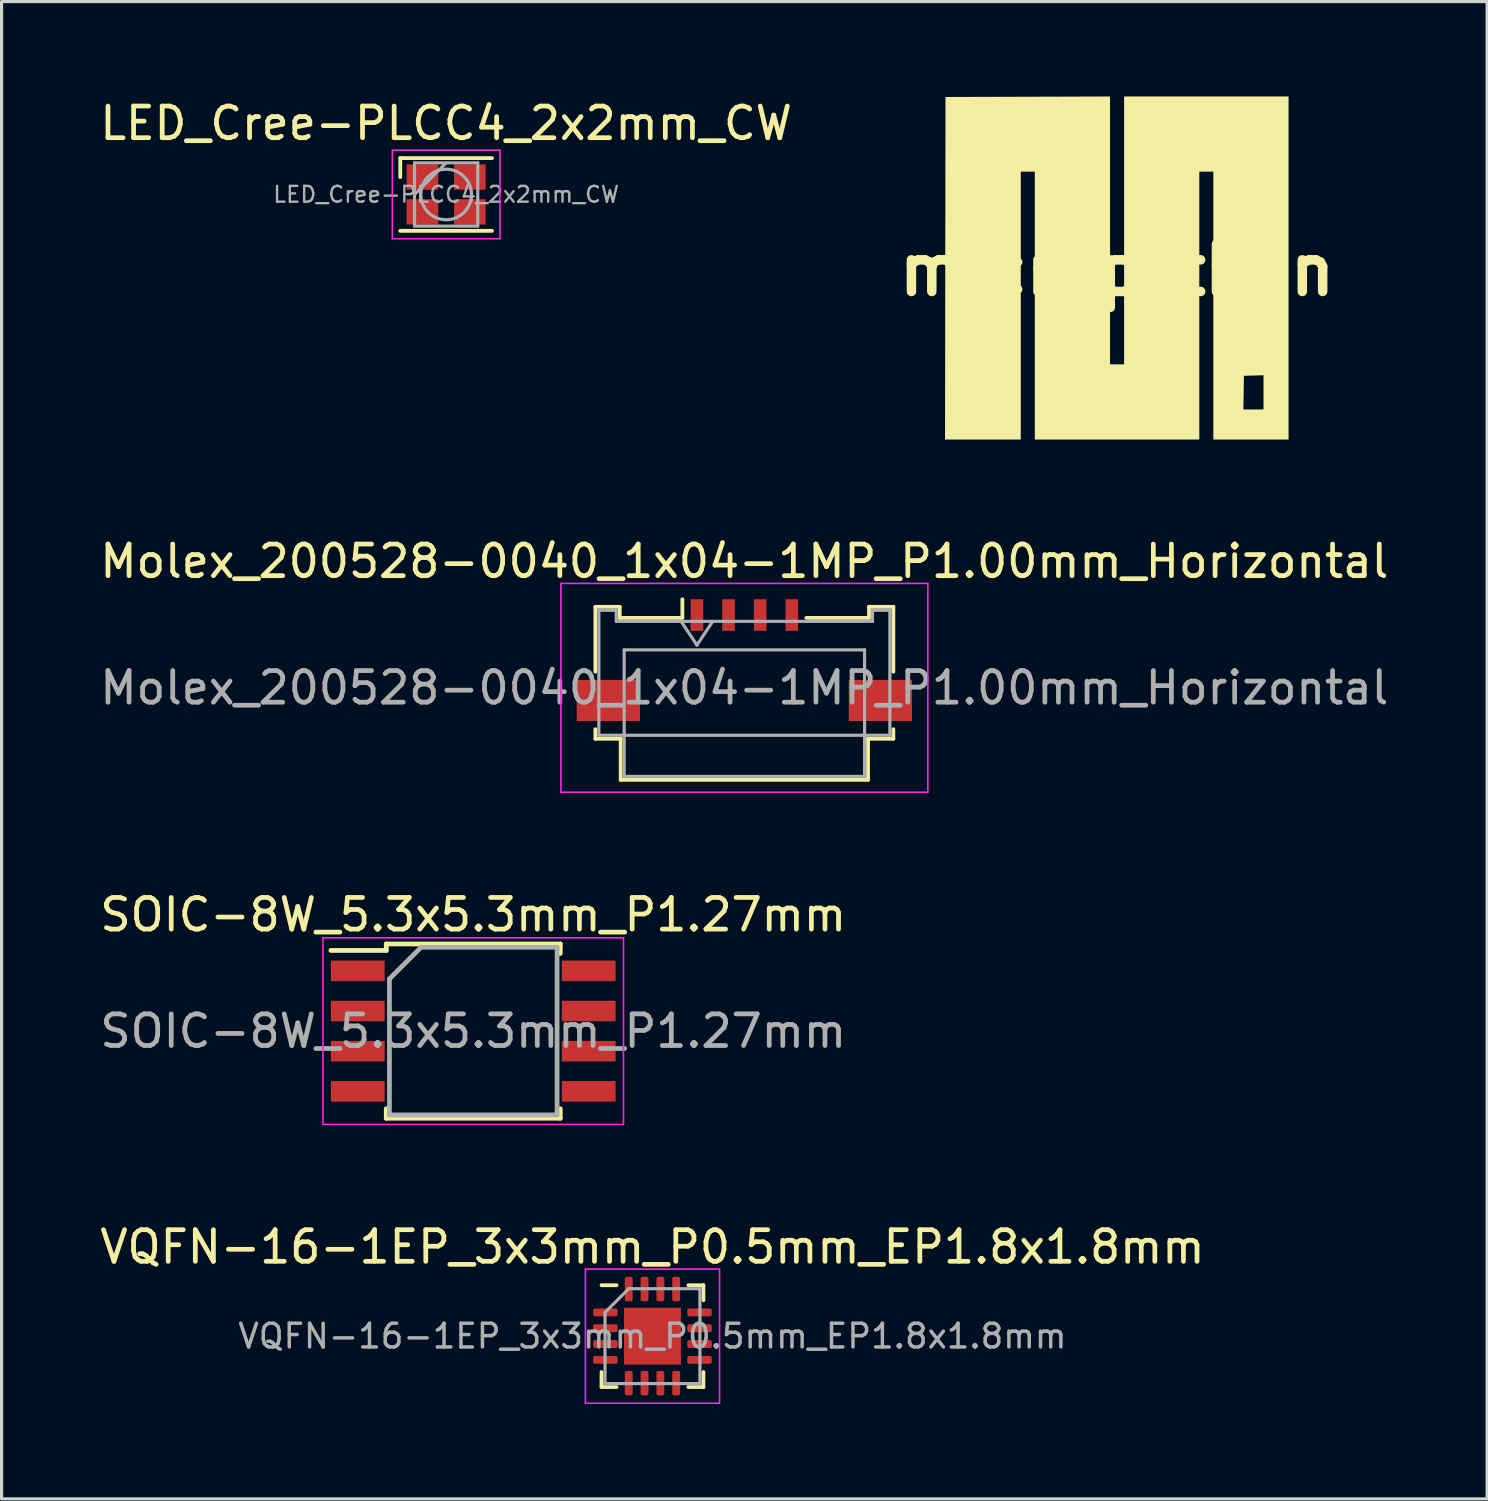
<source format=kicad_pcb>
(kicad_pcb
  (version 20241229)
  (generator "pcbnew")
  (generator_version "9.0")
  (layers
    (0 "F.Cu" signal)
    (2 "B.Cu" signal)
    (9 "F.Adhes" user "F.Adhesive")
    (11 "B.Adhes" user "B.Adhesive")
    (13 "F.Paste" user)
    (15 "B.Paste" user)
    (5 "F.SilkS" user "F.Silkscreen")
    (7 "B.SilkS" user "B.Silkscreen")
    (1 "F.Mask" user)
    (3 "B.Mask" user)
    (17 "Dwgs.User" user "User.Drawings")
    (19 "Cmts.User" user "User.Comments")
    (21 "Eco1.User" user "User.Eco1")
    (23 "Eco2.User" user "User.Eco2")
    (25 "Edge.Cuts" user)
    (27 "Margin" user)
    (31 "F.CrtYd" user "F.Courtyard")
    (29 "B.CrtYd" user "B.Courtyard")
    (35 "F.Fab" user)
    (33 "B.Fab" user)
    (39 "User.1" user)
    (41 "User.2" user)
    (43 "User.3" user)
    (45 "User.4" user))
  (footprint "micropython"
    (layer "F.Cu")
    (at 32.264 5.486)
    (property "Reference" "micropython" (at 0 0 0) (layer "F.SilkS") (effects (font (size 1.5 1.5) (thickness 0.3))))
    (attr board_only exclude_from_pos_files exclude_from_bom)
    (fp_poly (pts (xy -0.222 -1.253) (xy -0.222 2.981) (xy 0 2.981) (xy 0.222 2.981) (xy 0.222 -1.253) (xy 0.222 -5.486) (xy 2.822 -5.486) (xy 5.422 -5.486) (xy 5.422 -0.063) (xy 5.422 5.359) (xy 4.233 5.359) (xy 3.044 5.359) (xy 3.044 4.408) (xy 3.994 4.408) (xy 4.312 4.408) (xy 4.63 4.408) (xy 4.63 3.868) (xy 4.63 3.327) (xy 4.321 3.336) (xy 4.011 3.345) (xy 4.003 3.877) (xy 3.994 4.408) (xy 3.044 4.408) (xy 3.044 1.126) (xy 3.044 -3.108) (xy 2.822 -3.108) (xy 2.6 -3.108) (xy 2.6 1.126) (xy 2.6 5.359) (xy 0 5.359) (xy -2.6 5.359) (xy -2.6 1.126) (xy -2.6 -3.108) (xy -2.822 -3.108) (xy -3.044 -3.108) (xy -3.044 1.126) (xy -3.044 5.359) (xy -4.241 5.359) (xy -5.438 5.359) (xy -5.431 -0.055) (xy -5.424 -5.47) (xy -2.823 -5.478) (xy -0.222 -5.486)) (stroke (width 0) (type solid)) (fill yes) (layer "F.SilkS")))
  (footprint "Molex_200528-0040_1x04-1MP_P1.00mm_Horizontal"
    (layer "F.Cu")
    (at 20.482 17.304)
    (property "Reference" "Molex_200528-0040_1x04-1MP_P1.00mm_Horizontal" (at 0 -2.61 0) (layer "F.SilkS") (effects (font (size 1 1) (thickness 0.15))))
    (attr smd)
    (fp_line (start -4.71 -1.17) (end -4.71 0.88) (stroke (width 0.12) (type solid)) (layer "F.SilkS"))
    (fp_line (start -4.71 2.7) (end -4.71 3) (stroke (width 0.12) (type solid)) (layer "F.SilkS"))
    (fp_line (start -4.71 3) (end -3.91 3) (stroke (width 0.12) (type solid)) (layer "F.SilkS"))
    (fp_line (start -3.94 -1.17) (end -4.71 -1.17) (stroke (width 0.12) (type solid)) (layer "F.SilkS"))
    (fp_line (start -3.94 -0.82) (end -3.94 -1.17) (stroke (width 0.12) (type solid)) (layer "F.SilkS"))
    (fp_line (start -3.91 3) (end -3.91 4.3) (stroke (width 0.12) (type solid)) (layer "F.SilkS"))
    (fp_line (start -3.91 4.3) (end 3.91 4.3) (stroke (width 0.12) (type solid)) (layer "F.SilkS"))
    (fp_line (start -1.96 -1.41) (end -1.96 -0.82) (stroke (width 0.12) (type solid)) (layer "F.SilkS"))
    (fp_line (start -1.96 -0.82) (end -3.94 -0.82) (stroke (width 0.12) (type solid)) (layer "F.SilkS"))
    (fp_line (start 3.91 3) (end 4.71 3) (stroke (width 0.12) (type solid)) (layer "F.SilkS"))
    (fp_line (start 3.91 4.3) (end 3.91 3) (stroke (width 0.12) (type solid)) (layer "F.SilkS"))
    (fp_line (start 3.94 -1.17) (end 3.94 -0.82) (stroke (width 0.12) (type solid)) (layer "F.SilkS"))
    (fp_line (start 3.94 -0.82) (end 1.96 -0.82) (stroke (width 0.12) (type solid)) (layer "F.SilkS"))
    (fp_line (start 4.71 -1.17) (end 3.94 -1.17) (stroke (width 0.12) (type solid)) (layer "F.SilkS"))
    (fp_line (start 4.71 0.88) (end 4.71 -1.17) (stroke (width 0.12) (type solid)) (layer "F.SilkS"))
    (fp_line (start 4.71 3) (end 4.71 2.7) (stroke (width 0.12) (type solid)) (layer "F.SilkS"))
    (fp_line (start -5.8 -1.91) (end -5.8 4.69) (stroke (width 0.05) (type solid)) (layer "F.CrtYd"))
    (fp_line (start -5.8 4.69) (end 5.8 4.69) (stroke (width 0.05) (type solid)) (layer "F.CrtYd"))
    (fp_line (start 5.8 -1.91) (end -5.8 -1.91) (stroke (width 0.05) (type solid)) (layer "F.CrtYd"))
    (fp_line (start 5.8 4.69) (end 5.8 -1.91) (stroke (width 0.05) (type solid)) (layer "F.CrtYd"))
    (fp_line (start -4.6 -1.06) (end -4.6 2.89) (stroke (width 0.1) (type solid)) (layer "F.Fab"))
    (fp_line (start -4.6 2.89) (end 4.6 2.89) (stroke (width 0.1) (type solid)) (layer "F.Fab"))
    (fp_line (start -4.05 -1.06) (end -4.6 -1.06) (stroke (width 0.1) (type solid)) (layer "F.Fab"))
    (fp_line (start -4.05 -0.71) (end -4.05 -1.06) (stroke (width 0.1) (type solid)) (layer "F.Fab"))
    (fp_line (start -3.8 0.19) (end -3.8 4.19) (stroke (width 0.1) (type solid)) (layer "F.Fab"))
    (fp_line (start -3.8 4.19) (end 3.8 4.19) (stroke (width 0.1) (type solid)) (layer "F.Fab"))
    (fp_line (start -2 -0.71) (end -1.5 0.04) (stroke (width 0.1) (type solid)) (layer "F.Fab"))
    (fp_line (start -1.5 0.04) (end -1 -0.71) (stroke (width 0.1) (type solid)) (layer "F.Fab"))
    (fp_line (start 3.8 0.19) (end -3.8 0.19) (stroke (width 0.1) (type solid)) (layer "F.Fab"))
    (fp_line (start 3.8 4.19) (end 3.8 0.19) (stroke (width 0.1) (type solid)) (layer "F.Fab"))
    (fp_line (start 4.05 -1.06) (end 4.05 -0.71) (stroke (width 0.1) (type solid)) (layer "F.Fab"))
    (fp_line (start 4.05 -0.71) (end -4.05 -0.71) (stroke (width 0.1) (type solid)) (layer "F.Fab"))
    (fp_line (start 4.6 -1.06) (end 4.05 -1.06) (stroke (width 0.1) (type solid)) (layer "F.Fab"))
    (fp_line (start 4.6 2.89) (end 4.6 -1.06) (stroke (width 0.1) (type solid)) (layer "F.Fab"))
    (fp_text user "${REFERENCE}" (at 0 1.39 0) (layer "F.Fab") (effects (font (size 1 1) (thickness 0.15))))
    (pad "1" smd rect (at -1.5 -0.91) (size 0.4 1) (layers "F.Cu" "F.Mask" "F.Paste"))
    (pad "2" smd rect (at -0.5 -0.91) (size 0.4 1) (layers "F.Cu" "F.Mask" "F.Paste"))
    (pad "3" smd rect (at 0.5 -0.91) (size 0.4 1) (layers "F.Cu" "F.Mask" "F.Paste"))
    (pad "4" smd rect (at 1.5 -0.91) (size 0.4 1) (layers "F.Cu" "F.Mask" "F.Paste"))
    (pad "MP" smd rect (at -4.3 1.79) (size 2 1.3) (layers "F.Cu" "F.Mask" "F.Paste"))
    (pad "MP" smd rect (at 4.3 1.79) (size 2 1.3) (layers "F.Cu" "F.Mask" "F.Paste")))
  (footprint "LED_Cree-PLCC4_2x2mm_CW"
    (layer "F.Cu")
    (at 11.054 3.098)
    (property "Reference" "LED_Cree-PLCC4_2x2mm_CW" (at 0 -2.25 0) (layer "F.SilkS") (effects (font (size 1 1) (thickness 0.15))))
    (attr smd)
    (fp_line (start -1.45 -1.15) (end 1.45 -1.15) (stroke (width 0.12) (type solid)) (layer "F.SilkS"))
    (fp_line (start -1.45 -0.55) (end -1.45 -1.15) (stroke (width 0.12) (type solid)) (layer "F.SilkS"))
    (fp_line (start -1.45 1.15) (end 1.45 1.15) (stroke (width 0.12) (type solid)) (layer "F.SilkS"))
    (fp_line (start -1.7 -1.4) (end -1.7 1.4) (stroke (width 0.05) (type solid)) (layer "F.CrtYd"))
    (fp_line (start -1.7 1.4) (end 1.7 1.4) (stroke (width 0.05) (type solid)) (layer "F.CrtYd"))
    (fp_line (start 1.7 -1.4) (end -1.7 -1.4) (stroke (width 0.05) (type solid)) (layer "F.CrtYd"))
    (fp_line (start 1.7 1.4) (end 1.7 -1.4) (stroke (width 0.05) (type solid)) (layer "F.CrtYd"))
    (fp_line (start -1 -1) (end -1 1) (stroke (width 0.1) (type solid)) (layer "F.Fab"))
    (fp_line (start -1 1) (end 1 1) (stroke (width 0.1) (type solid)) (layer "F.Fab"))
    (fp_line (start 0 -1) (end -1 0) (stroke (width 0.1) (type solid)) (layer "F.Fab"))
    (fp_line (start 1 -1) (end -1 -1) (stroke (width 0.1) (type solid)) (layer "F.Fab"))
    (fp_line (start 1 1) (end 1 -1) (stroke (width 0.1) (type solid)) (layer "F.Fab"))
    (fp_circle (center 0 0) (end 0.8 0) (stroke (width 0.1) (type solid)) (fill no) (layer "F.Fab"))
    (fp_text user "${REFERENCE}" (at 0 0 0) (layer "F.Fab") (effects (font (size 0.5 0.5) (thickness 0.075))))
    (pad "1" smd rect (at -0.75 -0.55) (size 1 0.8) (layers "F.Cu" "F.Mask" "F.Paste"))
    (pad "2" smd rect (at 0.75 -0.55) (size 1 0.8) (layers "F.Cu" "F.Mask" "F.Paste"))
    (pad "3" smd rect (at 0.75 0.55) (size 1 0.8) (layers "F.Cu" "F.Mask" "F.Paste"))
    (pad "4" smd rect (at -0.75 0.55) (size 1 0.8) (layers "F.Cu" "F.Mask" "F.Paste")))
  (footprint "SOIC-8W_5.3x5.3mm_P1.27mm"
    (layer "F.Cu")
    (at 11.911 29.547)
    (property "Reference" "SOIC-8W_5.3x5.3mm_P1.27mm" (at 0 -3.68 0) (layer "F.SilkS") (effects (font (size 1 1) (thickness 0.15))))
    (attr smd)
    (fp_line (start -2.75 -2.755) (end -2.75 -2.55) (stroke (width 0.15) (type solid)) (layer "F.SilkS"))
    (fp_line (start -2.75 -2.755) (end 2.75 -2.755) (stroke (width 0.15) (type solid)) (layer "F.SilkS"))
    (fp_line (start -2.75 -2.55) (end -4.5 -2.55) (stroke (width 0.15) (type solid)) (layer "F.SilkS"))
    (fp_line (start -2.75 2.755) (end -2.75 2.455) (stroke (width 0.15) (type solid)) (layer "F.SilkS"))
    (fp_line (start -2.75 2.755) (end 2.75 2.755) (stroke (width 0.15) (type solid)) (layer "F.SilkS"))
    (fp_line (start 2.75 -2.755) (end 2.75 -2.455) (stroke (width 0.15) (type solid)) (layer "F.SilkS"))
    (fp_line (start 2.75 2.755) (end 2.75 2.455) (stroke (width 0.15) (type solid)) (layer "F.SilkS"))
    (fp_line (start -4.75 -2.95) (end -4.75 2.95) (stroke (width 0.05) (type solid)) (layer "F.CrtYd"))
    (fp_line (start -4.75 -2.95) (end 4.75 -2.95) (stroke (width 0.05) (type solid)) (layer "F.CrtYd"))
    (fp_line (start -4.75 2.95) (end 4.75 2.95) (stroke (width 0.05) (type solid)) (layer "F.CrtYd"))
    (fp_line (start 4.75 -2.95) (end 4.75 2.95) (stroke (width 0.05) (type solid)) (layer "F.CrtYd"))
    (fp_line (start -2.65 -1.65) (end -1.65 -2.65) (stroke (width 0.15) (type solid)) (layer "F.Fab"))
    (fp_line (start -2.65 2.65) (end -2.65 -1.65) (stroke (width 0.15) (type solid)) (layer "F.Fab"))
    (fp_line (start -1.65 -2.65) (end 2.65 -2.65) (stroke (width 0.15) (type solid)) (layer "F.Fab"))
    (fp_line (start 2.65 -2.65) (end 2.65 2.65) (stroke (width 0.15) (type solid)) (layer "F.Fab"))
    (fp_line (start 2.65 2.65) (end -2.65 2.65) (stroke (width 0.15) (type solid)) (layer "F.Fab"))
    (fp_text user "${REFERENCE}" (at 0 0 0) (layer "F.Fab") (effects (font (size 1 1) (thickness 0.15))))
    (pad "1" smd rect (at -3.65 -1.905) (size 1.7 0.65) (layers "F.Cu" "F.Mask" "F.Paste"))
    (pad "2" smd rect (at -3.65 -0.635) (size 1.7 0.65) (layers "F.Cu" "F.Mask" "F.Paste"))
    (pad "3" smd rect (at -3.65 0.635) (size 1.7 0.65) (layers "F.Cu" "F.Mask" "F.Paste"))
    (pad "4" smd rect (at -3.65 1.905) (size 1.7 0.65) (layers "F.Cu" "F.Mask" "F.Paste"))
    (pad "5" smd rect (at 3.65 1.905) (size 1.7 0.65) (layers "F.Cu" "F.Mask" "F.Paste"))
    (pad "6" smd rect (at 3.65 0.635) (size 1.7 0.65) (layers "F.Cu" "F.Mask" "F.Paste"))
    (pad "7" smd rect (at 3.65 -0.635) (size 1.7 0.65) (layers "F.Cu" "F.Mask" "F.Paste"))
    (pad "8" smd rect (at 3.65 -1.905) (size 1.7 0.65) (layers "F.Cu" "F.Mask" "F.Paste")))
  (footprint "VQFN-16-1EP_3x3mm_P0.5mm_EP1.8x1.8mm"
    (layer "F.Cu")
    (at 17.577 39.19)
    (property "Reference" "VQFN-16-1EP_3x3mm_P0.5mm_EP1.8x1.8mm" (at 0 -2.82 0) (layer "F.SilkS") (effects (font (size 1 1) (thickness 0.15))))
    (attr smd)
    (fp_line (start -1.61 1.61) (end -1.61 1.135) (stroke (width 0.12) (type solid)) (layer "F.SilkS"))
    (fp_line (start -1.135 -1.61) (end -1.61 -1.61) (stroke (width 0.12) (type solid)) (layer "F.SilkS"))
    (fp_line (start -1.135 1.61) (end -1.61 1.61) (stroke (width 0.12) (type solid)) (layer "F.SilkS"))
    (fp_line (start 1.135 -1.61) (end 1.61 -1.61) (stroke (width 0.12) (type solid)) (layer "F.SilkS"))
    (fp_line (start 1.135 1.61) (end 1.61 1.61) (stroke (width 0.12) (type solid)) (layer "F.SilkS"))
    (fp_line (start 1.61 -1.61) (end 1.61 -1.135) (stroke (width 0.12) (type solid)) (layer "F.SilkS"))
    (fp_line (start 1.61 1.61) (end 1.61 1.135) (stroke (width 0.12) (type solid)) (layer "F.SilkS"))
    (fp_line (start -2.12 -2.12) (end -2.12 2.12) (stroke (width 0.05) (type solid)) (layer "F.CrtYd"))
    (fp_line (start -2.12 2.12) (end 2.12 2.12) (stroke (width 0.05) (type solid)) (layer "F.CrtYd"))
    (fp_line (start 2.12 -2.12) (end -2.12 -2.12) (stroke (width 0.05) (type solid)) (layer "F.CrtYd"))
    (fp_line (start 2.12 2.12) (end 2.12 -2.12) (stroke (width 0.05) (type solid)) (layer "F.CrtYd"))
    (fp_line (start -1.5 -0.75) (end -0.75 -1.5) (stroke (width 0.1) (type solid)) (layer "F.Fab"))
    (fp_line (start -1.5 1.5) (end -1.5 -0.75) (stroke (width 0.1) (type solid)) (layer "F.Fab"))
    (fp_line (start -0.75 -1.5) (end 1.5 -1.5) (stroke (width 0.1) (type solid)) (layer "F.Fab"))
    (fp_line (start 1.5 -1.5) (end 1.5 1.5) (stroke (width 0.1) (type solid)) (layer "F.Fab"))
    (fp_line (start 1.5 1.5) (end -1.5 1.5) (stroke (width 0.1) (type solid)) (layer "F.Fab"))
    (fp_text user "${REFERENCE}" (at 0 0 0) (layer "F.Fab") (effects (font (size 0.75 0.75) (thickness 0.11))))
    (pad "" smd roundrect (at -0.45 -0.45) (size 0.73 0.73) (layers "F.Paste") (roundrect_rratio 0.25))
    (pad "" smd roundrect (at -0.45 0.45) (size 0.73 0.73) (layers "F.Paste") (roundrect_rratio 0.25))
    (pad "" smd roundrect (at 0.45 -0.45) (size 0.73 0.73) (layers "F.Paste") (roundrect_rratio 0.25))
    (pad "" smd roundrect (at 0.45 0.45) (size 0.73 0.73) (layers "F.Paste") (roundrect_rratio 0.25))
    (pad "1" smd roundrect (at -1.488 -0.75) (size 0.775 0.25) (layers "F.Cu" "F.Mask" "F.Paste") (roundrect_rratio 0.25))
    (pad "2" smd roundrect (at -1.488 -0.25) (size 0.775 0.25) (layers "F.Cu" "F.Mask" "F.Paste") (roundrect_rratio 0.25))
    (pad "3" smd roundrect (at -1.488 0.25) (size 0.775 0.25) (layers "F.Cu" "F.Mask" "F.Paste") (roundrect_rratio 0.25))
    (pad "4" smd roundrect (at -1.488 0.75) (size 0.775 0.25) (layers "F.Cu" "F.Mask" "F.Paste") (roundrect_rratio 0.25))
    (pad "5" smd roundrect (at -0.75 1.488) (size 0.25 0.775) (layers "F.Cu" "F.Mask" "F.Paste") (roundrect_rratio 0.25))
    (pad "6" smd roundrect (at -0.25 1.488) (size 0.25 0.775) (layers "F.Cu" "F.Mask" "F.Paste") (roundrect_rratio 0.25))
    (pad "7" smd roundrect (at 0.25 1.488) (size 0.25 0.775) (layers "F.Cu" "F.Mask" "F.Paste") (roundrect_rratio 0.25))
    (pad "8" smd roundrect (at 0.75 1.488) (size 0.25 0.775) (layers "F.Cu" "F.Mask" "F.Paste") (roundrect_rratio 0.25))
    (pad "9" smd roundrect (at 1.488 0.75) (size 0.775 0.25) (layers "F.Cu" "F.Mask" "F.Paste") (roundrect_rratio 0.25))
    (pad "10" smd roundrect (at 1.488 0.25) (size 0.775 0.25) (layers "F.Cu" "F.Mask" "F.Paste") (roundrect_rratio 0.25))
    (pad "11" smd roundrect (at 1.488 -0.25) (size 0.775 0.25) (layers "F.Cu" "F.Mask" "F.Paste") (roundrect_rratio 0.25))
    (pad "12" smd roundrect (at 1.488 -0.75) (size 0.775 0.25) (layers "F.Cu" "F.Mask" "F.Paste") (roundrect_rratio 0.25))
    (pad "13" smd roundrect (at 0.75 -1.488) (size 0.25 0.775) (layers "F.Cu" "F.Mask" "F.Paste") (roundrect_rratio 0.25))
    (pad "14" smd roundrect (at 0.25 -1.488) (size 0.25 0.775) (layers "F.Cu" "F.Mask" "F.Paste") (roundrect_rratio 0.25))
    (pad "15" smd roundrect (at -0.25 -1.488) (size 0.25 0.775) (layers "F.Cu" "F.Mask" "F.Paste") (roundrect_rratio 0.25))
    (pad "16" smd roundrect (at -0.75 -1.488) (size 0.25 0.775) (layers "F.Cu" "F.Mask" "F.Paste") (roundrect_rratio 0.25))
    (pad "17" smd rect (at 0 0) (size 1.8 1.8) (layers "F.Cu" "F.Mask")))
  (gr_rect
    (start -3 -3)
    (end 43.964 44.335)
    (stroke (width 0.1) (type default))
    (fill no)
    (layer "Edge.Cuts")))
</source>
